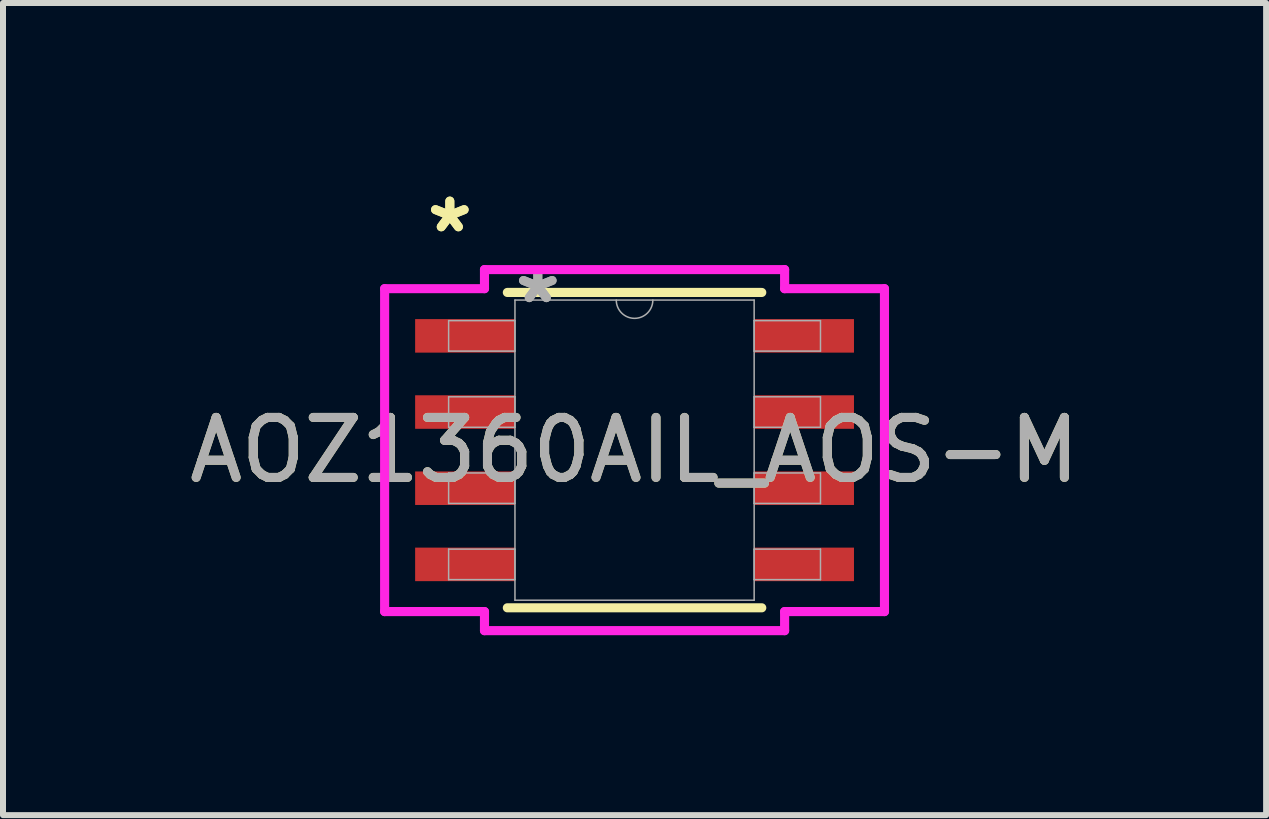
<source format=kicad_pcb>
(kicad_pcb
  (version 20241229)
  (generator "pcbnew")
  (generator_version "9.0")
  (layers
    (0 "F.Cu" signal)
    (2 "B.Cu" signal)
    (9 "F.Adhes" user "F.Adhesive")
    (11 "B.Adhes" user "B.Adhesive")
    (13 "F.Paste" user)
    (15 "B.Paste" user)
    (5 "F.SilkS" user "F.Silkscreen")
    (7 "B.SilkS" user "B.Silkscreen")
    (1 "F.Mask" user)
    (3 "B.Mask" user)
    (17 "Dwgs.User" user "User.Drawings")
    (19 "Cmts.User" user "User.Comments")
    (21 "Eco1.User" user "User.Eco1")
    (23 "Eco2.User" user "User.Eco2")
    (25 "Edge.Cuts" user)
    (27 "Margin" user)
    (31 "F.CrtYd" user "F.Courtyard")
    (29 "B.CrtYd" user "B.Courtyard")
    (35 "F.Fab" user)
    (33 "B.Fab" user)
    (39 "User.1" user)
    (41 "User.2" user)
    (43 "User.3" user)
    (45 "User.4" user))
  (footprint "AOZ1360AIL_AOS-M"
    (layer "F.Cu")
    (at 7.53 4.455)
    (property "Reference" "AOZ1360AIL_AOS-M" (at 0 0 0) (unlocked yes) (layer "F.SilkS") (effects (font (size 1 1) (thickness 0.15))))
    (attr smd)
    (fp_line (start -2.121 2.629) (end 2.121 2.629) (stroke (width 0.152) (type solid)) (layer "F.SilkS"))
    (fp_line (start 2.121 -2.629) (end -2.121 -2.629) (stroke (width 0.152) (type solid)) (layer "F.SilkS"))
    (fp_line (start -4.167 -2.692) (end -2.502 -2.692) (stroke (width 0.152) (type solid)) (layer "F.CrtYd"))
    (fp_line (start -4.167 2.692) (end -4.167 -2.692) (stroke (width 0.152) (type solid)) (layer "F.CrtYd"))
    (fp_line (start -4.167 2.692) (end -2.502 2.692) (stroke (width 0.152) (type solid)) (layer "F.CrtYd"))
    (fp_line (start -2.502 -3.01) (end 2.502 -3.01) (stroke (width 0.152) (type solid)) (layer "F.CrtYd"))
    (fp_line (start -2.502 -2.692) (end -2.502 -3.01) (stroke (width 0.152) (type solid)) (layer "F.CrtYd"))
    (fp_line (start -2.502 3.01) (end -2.502 2.692) (stroke (width 0.152) (type solid)) (layer "F.CrtYd"))
    (fp_line (start 2.502 -3.01) (end 2.502 -2.692) (stroke (width 0.152) (type solid)) (layer "F.CrtYd"))
    (fp_line (start 2.502 2.692) (end 2.502 3.01) (stroke (width 0.152) (type solid)) (layer "F.CrtYd"))
    (fp_line (start 2.502 3.01) (end -2.502 3.01) (stroke (width 0.152) (type solid)) (layer "F.CrtYd"))
    (fp_line (start 4.167 -2.692) (end 2.502 -2.692) (stroke (width 0.152) (type solid)) (layer "F.CrtYd"))
    (fp_line (start 4.167 -2.692) (end 4.167 2.692) (stroke (width 0.152) (type solid)) (layer "F.CrtYd"))
    (fp_line (start 4.167 2.692) (end 2.502 2.692) (stroke (width 0.152) (type solid)) (layer "F.CrtYd"))
    (fp_line (start -3.1 -2.159) (end -3.1 -1.651) (stroke (width 0.025) (type solid)) (layer "F.Fab"))
    (fp_line (start -3.1 -1.651) (end -1.994 -1.651) (stroke (width 0.025) (type solid)) (layer "F.Fab"))
    (fp_line (start -3.1 -0.889) (end -3.1 -0.381) (stroke (width 0.025) (type solid)) (layer "F.Fab"))
    (fp_line (start -3.1 -0.381) (end -1.994 -0.381) (stroke (width 0.025) (type solid)) (layer "F.Fab"))
    (fp_line (start -3.1 0.381) (end -3.1 0.889) (stroke (width 0.025) (type solid)) (layer "F.Fab"))
    (fp_line (start -3.1 0.889) (end -1.994 0.889) (stroke (width 0.025) (type solid)) (layer "F.Fab"))
    (fp_line (start -3.1 1.651) (end -3.1 2.159) (stroke (width 0.025) (type solid)) (layer "F.Fab"))
    (fp_line (start -3.1 2.159) (end -1.994 2.159) (stroke (width 0.025) (type solid)) (layer "F.Fab"))
    (fp_line (start -1.994 -2.502) (end -1.994 2.502) (stroke (width 0.025) (type solid)) (layer "F.Fab"))
    (fp_line (start -1.994 -2.159) (end -3.1 -2.159) (stroke (width 0.025) (type solid)) (layer "F.Fab"))
    (fp_line (start -1.994 -1.651) (end -1.994 -2.159) (stroke (width 0.025) (type solid)) (layer "F.Fab"))
    (fp_line (start -1.994 -0.889) (end -3.1 -0.889) (stroke (width 0.025) (type solid)) (layer "F.Fab"))
    (fp_line (start -1.994 -0.381) (end -1.994 -0.889) (stroke (width 0.025) (type solid)) (layer "F.Fab"))
    (fp_line (start -1.994 0.381) (end -3.1 0.381) (stroke (width 0.025) (type solid)) (layer "F.Fab"))
    (fp_line (start -1.994 0.889) (end -1.994 0.381) (stroke (width 0.025) (type solid)) (layer "F.Fab"))
    (fp_line (start -1.994 1.651) (end -3.1 1.651) (stroke (width 0.025) (type solid)) (layer "F.Fab"))
    (fp_line (start -1.994 2.159) (end -1.994 1.651) (stroke (width 0.025) (type solid)) (layer "F.Fab"))
    (fp_line (start -1.994 2.502) (end 1.994 2.502) (stroke (width 0.025) (type solid)) (layer "F.Fab"))
    (fp_line (start 1.994 -2.502) (end -1.994 -2.502) (stroke (width 0.025) (type solid)) (layer "F.Fab"))
    (fp_line (start 1.994 -2.159) (end 1.994 -1.651) (stroke (width 0.025) (type solid)) (layer "F.Fab"))
    (fp_line (start 1.994 -1.651) (end 3.1 -1.651) (stroke (width 0.025) (type solid)) (layer "F.Fab"))
    (fp_line (start 1.994 -0.889) (end 1.994 -0.381) (stroke (width 0.025) (type solid)) (layer "F.Fab"))
    (fp_line (start 1.994 -0.381) (end 3.1 -0.381) (stroke (width 0.025) (type solid)) (layer "F.Fab"))
    (fp_line (start 1.994 0.381) (end 1.994 0.889) (stroke (width 0.025) (type solid)) (layer "F.Fab"))
    (fp_line (start 1.994 0.889) (end 3.1 0.889) (stroke (width 0.025) (type solid)) (layer "F.Fab"))
    (fp_line (start 1.994 1.651) (end 1.994 2.159) (stroke (width 0.025) (type solid)) (layer "F.Fab"))
    (fp_line (start 1.994 2.159) (end 3.1 2.159) (stroke (width 0.025) (type solid)) (layer "F.Fab"))
    (fp_line (start 1.994 2.502) (end 1.994 -2.502) (stroke (width 0.025) (type solid)) (layer "F.Fab"))
    (fp_line (start 3.1 -2.159) (end 1.994 -2.159) (stroke (width 0.025) (type solid)) (layer "F.Fab"))
    (fp_line (start 3.1 -1.651) (end 3.1 -2.159) (stroke (width 0.025) (type solid)) (layer "F.Fab"))
    (fp_line (start 3.1 -0.889) (end 1.994 -0.889) (stroke (width 0.025) (type solid)) (layer "F.Fab"))
    (fp_line (start 3.1 -0.381) (end 3.1 -0.889) (stroke (width 0.025) (type solid)) (layer "F.Fab"))
    (fp_line (start 3.1 0.381) (end 1.994 0.381) (stroke (width 0.025) (type solid)) (layer "F.Fab"))
    (fp_line (start 3.1 0.889) (end 3.1 0.381) (stroke (width 0.025) (type solid)) (layer "F.Fab"))
    (fp_line (start 3.1 1.651) (end 1.994 1.651) (stroke (width 0.025) (type solid)) (layer "F.Fab"))
    (fp_line (start 3.1 2.159) (end 3.1 1.651) (stroke (width 0.025) (type solid)) (layer "F.Fab"))
    (fp_arc (start 0.3048 -2.5019) (mid 0 -2.1971) (end -0.3048 -2.5019) (stroke (width 0.0254) (type solid)) (layer "F.Fab"))
    (fp_text user "*" (at -3.08 -3.607 0) (layer "F.SilkS") (effects (font (size 1 1) (thickness 0.15))))
    (fp_text user "*" (at -3.08 -3.607 0) (unlocked yes) (layer "F.SilkS") (effects (font (size 1 1) (thickness 0.15))))
    (fp_text user "*" (at -1.613 -2.426 0) (layer "F.Fab") (effects (font (size 1 1) (thickness 0.15))))
    (fp_text user "${REFERENCE}" (at 0 0 0) (unlocked yes) (layer "F.Fab") (effects (font (size 1 1) (thickness 0.15))))
    (fp_text user "*" (at -1.613 -2.426 0) (unlocked yes) (layer "F.Fab") (effects (font (size 1 1) (thickness 0.15))))
    (pad "1" smd rect (at -2.826 -1.905) (size 1.665 0.559) (layers "F.Cu" "F.Mask" "F.Paste"))
    (pad "2" smd rect (at -2.826 -0.635) (size 1.665 0.559) (layers "F.Cu" "F.Mask" "F.Paste"))
    (pad "3" smd rect (at -2.826 0.635) (size 1.665 0.559) (layers "F.Cu" "F.Mask" "F.Paste"))
    (pad "4" smd rect (at -2.826 1.905) (size 1.665 0.559) (layers "F.Cu" "F.Mask" "F.Paste"))
    (pad "5" smd rect (at 2.826 1.905) (size 1.665 0.559) (layers "F.Cu" "F.Mask" "F.Paste"))
    (pad "6" smd rect (at 2.826 0.635) (size 1.665 0.559) (layers "F.Cu" "F.Mask" "F.Paste"))
    (pad "7" smd rect (at 2.826 -0.635) (size 1.665 0.559) (layers "F.Cu" "F.Mask" "F.Paste"))
    (pad "8" smd rect (at 2.826 -1.905) (size 1.665 0.559) (layers "F.Cu" "F.Mask" "F.Paste")))
  (gr_rect
    (start -3 -3)
    (end 18.06 10.541)
    (stroke (width 0.1) (type default))
    (fill no)
    (layer "Edge.Cuts")))
</source>
